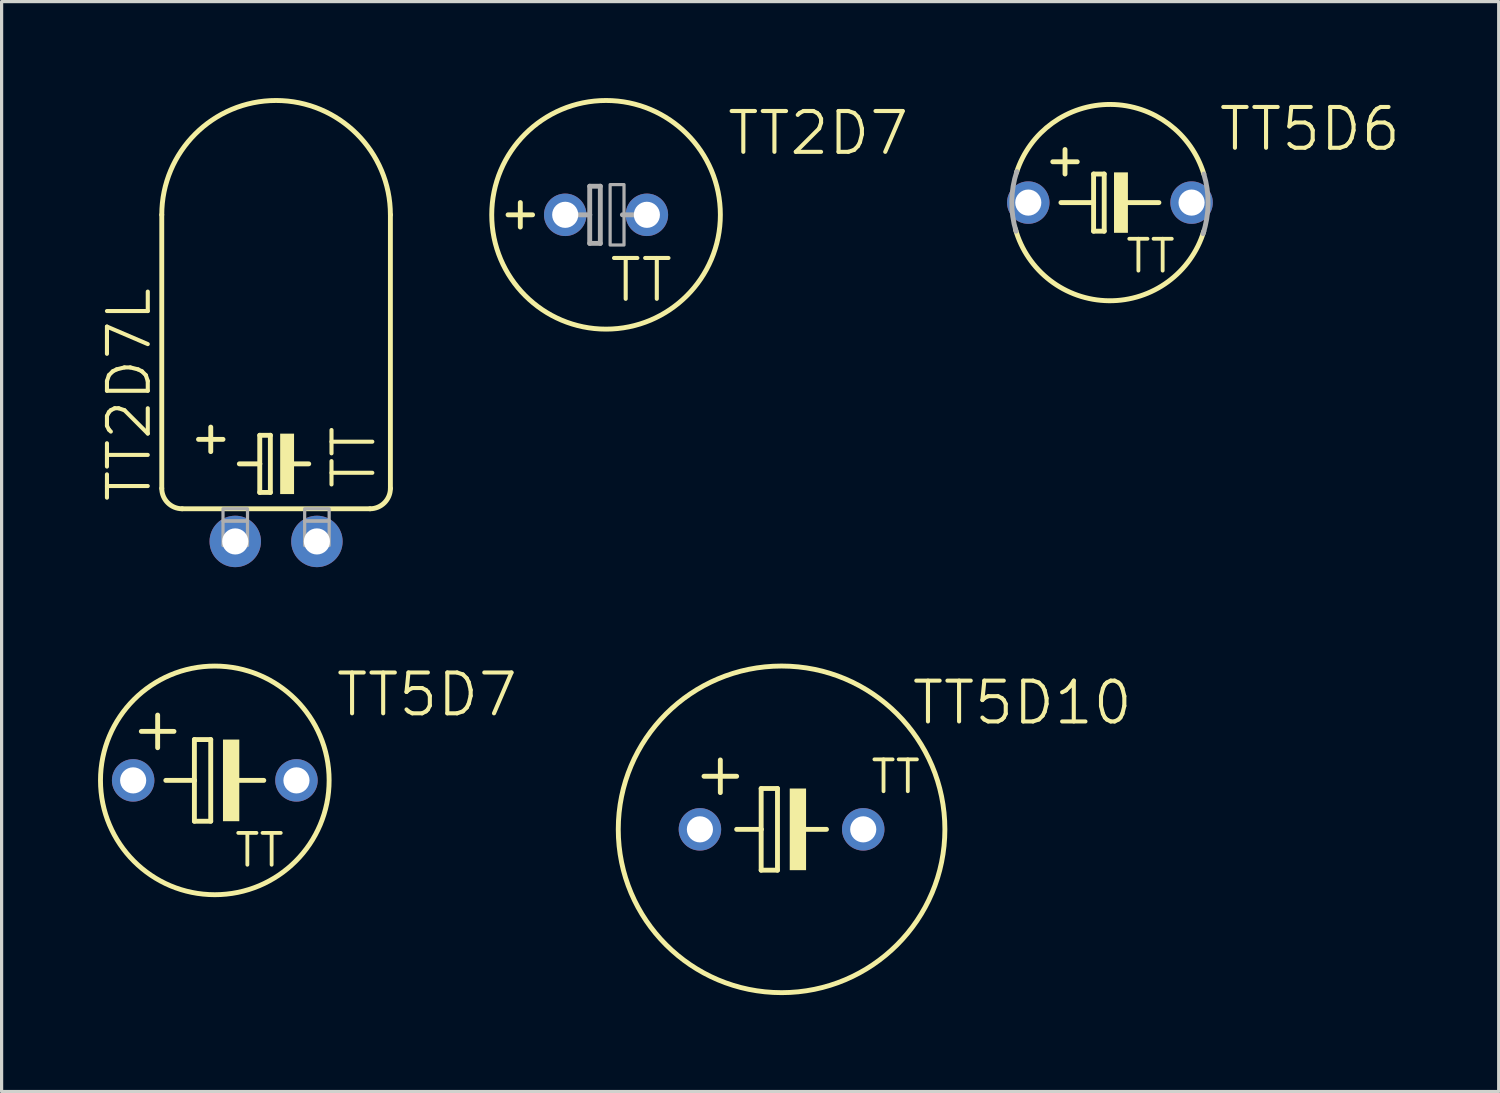
<source format=kicad_pcb>
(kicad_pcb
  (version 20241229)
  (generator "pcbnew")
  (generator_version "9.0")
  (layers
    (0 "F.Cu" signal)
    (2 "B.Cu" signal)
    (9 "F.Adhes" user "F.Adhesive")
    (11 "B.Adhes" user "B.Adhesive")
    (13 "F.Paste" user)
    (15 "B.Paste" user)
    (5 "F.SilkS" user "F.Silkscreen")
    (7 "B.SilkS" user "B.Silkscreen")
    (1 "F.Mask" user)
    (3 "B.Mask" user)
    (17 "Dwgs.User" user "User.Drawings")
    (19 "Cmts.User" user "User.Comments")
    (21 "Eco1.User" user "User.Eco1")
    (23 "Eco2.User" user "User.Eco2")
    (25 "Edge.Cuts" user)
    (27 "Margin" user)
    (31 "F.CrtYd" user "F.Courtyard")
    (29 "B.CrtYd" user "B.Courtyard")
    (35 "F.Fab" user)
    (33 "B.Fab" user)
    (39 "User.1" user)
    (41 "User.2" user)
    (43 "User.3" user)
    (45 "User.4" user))
  (footprint "TT5D6"
    (layer "F.Cu")
    (at 31.476 3.252)
    (property "Reference" "TT5D6" (at 6.217 -2.286 0) (layer "F.SilkS") (effects (font (size 1.27 1.27) (thickness 0.127))))
    (attr through_hole)
    (fp_line (start -1.778 -1.27) (end -1.016 -1.27) (stroke (width 0.152) (type solid)) (layer "F.SilkS"))
    (fp_line (start -1.524 0) (end -0.508 0) (stroke (width 0.152) (type solid)) (layer "F.SilkS"))
    (fp_line (start -1.397 -1.651) (end -1.397 -0.889) (stroke (width 0.152) (type solid)) (layer "F.SilkS"))
    (fp_line (start -0.508 -0.889) (end -0.508 0) (stroke (width 0.152) (type solid)) (layer "F.SilkS"))
    (fp_line (start -0.508 0) (end -0.508 0.889) (stroke (width 0.152) (type solid)) (layer "F.SilkS"))
    (fp_line (start -0.508 0.889) (end -0.178 0.889) (stroke (width 0.152) (type solid)) (layer "F.SilkS"))
    (fp_line (start -0.178 -0.889) (end -0.508 -0.889) (stroke (width 0.152) (type solid)) (layer "F.SilkS"))
    (fp_line (start -0.178 0.889) (end -0.178 -0.889) (stroke (width 0.152) (type solid)) (layer "F.SilkS"))
    (fp_line (start 0.508 0) (end 1.524 0) (stroke (width 0.152) (type solid)) (layer "F.SilkS"))
    (fp_arc (start -2.908 -0.9307) (mid 0.021833 -3.053217) (end 2.921 -0.889001) (stroke (width 0.1524) (type solid)) (layer "F.SilkS"))
    (fp_arc (start 2.921099 0.889) (mid -0.034265 3.05318) (end -2.9403 0.8232) (stroke (width 0.1524) (type solid)) (layer "F.SilkS"))
    (fp_poly (pts (xy 0.127 -0.94) (xy 0.559 -0.94) (xy 0.559 0.94) (xy 0.127 0.94)) (stroke (width 0) (type solid)) (fill yes) (layer "F.SilkS"))
    (fp_arc (start -2.921 0.889) (mid -3.053016 -0.040147) (end -2.8966 -0.9655) (stroke (width 0.1524) (type solid)) (layer "F.Fab"))
    (fp_arc (start 2.921 -0.889) (mid 3.053016 0.040147) (end 2.8966 0.9655) (stroke (width 0.1524) (type solid)) (layer "F.Fab"))
    (fp_text user "TT" (at 1.263 1.664 0) (layer "F.SilkS") (effects (font (size 0.991 0.991) (thickness 0.119))))
    (pad "+" thru_hole circle (at -2.54 0) (size 1.321 1.321) (drill 0.813) (layers "*.Cu" "*.Mask"))
    (pad "-" thru_hole circle (at 2.54 0) (size 1.321 1.321) (drill 0.813) (layers "*.Cu" "*.Mask")))
  (footprint "TT5D10"
    (layer "F.Cu")
    (at 21.262 22.748)
    (property "Reference" "TT5D10" (at 7.487 -3.937 0) (layer "F.SilkS") (effects (font (size 1.27 1.27) (thickness 0.127))))
    (attr through_hole)
    (fp_line (start -2.413 -1.651) (end -1.397 -1.651) (stroke (width 0.152) (type solid)) (layer "F.SilkS"))
    (fp_line (start -1.905 -1.143) (end -1.905 -2.159) (stroke (width 0.152) (type solid)) (layer "F.SilkS"))
    (fp_line (start -1.397 0) (end -0.635 0) (stroke (width 0.152) (type solid)) (layer "F.SilkS"))
    (fp_line (start -0.635 -1.27) (end -0.635 0) (stroke (width 0.152) (type solid)) (layer "F.SilkS"))
    (fp_line (start -0.635 0) (end -0.635 1.27) (stroke (width 0.152) (type solid)) (layer "F.SilkS"))
    (fp_line (start -0.635 1.27) (end -0.127 1.27) (stroke (width 0.152) (type solid)) (layer "F.SilkS"))
    (fp_line (start -0.127 -1.27) (end -0.635 -1.27) (stroke (width 0.152) (type solid)) (layer "F.SilkS"))
    (fp_line (start -0.127 1.27) (end -0.127 -1.27) (stroke (width 0.152) (type solid)) (layer "F.SilkS"))
    (fp_line (start 0.635 0) (end 1.397 0) (stroke (width 0.152) (type solid)) (layer "F.SilkS"))
    (fp_circle (center 0 0) (end 5.08 0) (stroke (width 0.152) (type solid)) (fill no) (layer "F.SilkS"))
    (fp_poly (pts (xy 0.254 -1.27) (xy 0.762 -1.27) (xy 0.762 1.27) (xy 0.254 1.27)) (stroke (width 0) (type solid)) (fill yes) (layer "F.SilkS"))
    (fp_text user "TT" (at 3.549 -1.638 0) (layer "F.SilkS") (effects (font (size 0.991 0.991) (thickness 0.119))))
    (pad "+" thru_hole circle (at -2.54 0) (size 1.321 1.321) (drill 0.813) (layers "*.Cu" "*.Mask"))
    (pad "-" thru_hole circle (at 2.54 0) (size 1.321 1.321) (drill 0.813) (layers "*.Cu" "*.Mask")))
  (footprint "TT2D7"
    (layer "F.Cu")
    (at 15.802 3.632)
    (property "Reference" "TT2D7" (at 6.598 -2.54 0) (layer "F.SilkS") (effects (font (size 1.27 1.27) (thickness 0.127))))
    (attr through_hole)
    (fp_line (start -2.667 0.381) (end -2.667 -0.381) (stroke (width 0.152) (type solid)) (layer "F.SilkS"))
    (fp_line (start -2.286 0) (end -3.048 0) (stroke (width 0.152) (type solid)) (layer "F.SilkS"))
    (fp_circle (center 0 0) (end 3.556 0) (stroke (width 0.152) (type solid)) (fill no) (layer "F.SilkS"))
    (fp_line (start -1.016 0) (end -0.508 0) (stroke (width 0.152) (type solid)) (layer "F.Fab"))
    (fp_line (start -0.508 -0.889) (end -0.508 0) (stroke (width 0.152) (type solid)) (layer "F.Fab"))
    (fp_line (start -0.508 0) (end -0.508 0.889) (stroke (width 0.152) (type solid)) (layer "F.Fab"))
    (fp_line (start -0.508 0.889) (end -0.178 0.889) (stroke (width 0.152) (type solid)) (layer "F.Fab"))
    (fp_line (start -0.178 -0.889) (end -0.508 -0.889) (stroke (width 0.152) (type solid)) (layer "F.Fab"))
    (fp_line (start -0.178 0.889) (end -0.178 -0.889) (stroke (width 0.152) (type solid)) (layer "F.Fab"))
    (fp_line (start 0.508 0) (end 1.016 0) (stroke (width 0.152) (type solid)) (layer "F.Fab"))
    (fp_poly (pts (xy 0.127 -0.94) (xy 0.559 -0.94) (xy 0.559 0.94) (xy 0.127 0.94)) (stroke (width 0.1) (type solid)) (fill no) (layer "F.Fab"))
    (fp_text user "TT" (at 1.095 2.032 0) (layer "F.SilkS") (effects (font (size 1.27 1.27) (thickness 0.127))))
    (pad "+" thru_hole circle (at -1.27 0) (size 1.321 1.321) (drill 0.813) (layers "*.Cu" "*.Mask"))
    (pad "-" thru_hole circle (at 1.27 0) (size 1.321 1.321) (drill 0.813) (layers "*.Cu" "*.Mask")))
  (footprint "TT5D7"
    (layer "F.Cu")
    (at 3.632 21.225)
    (property "Reference" "TT5D7" (at 6.598 -2.667 0) (layer "F.SilkS") (effects (font (size 1.27 1.27) (thickness 0.127))))
    (attr through_hole)
    (fp_line (start -2.286 -1.524) (end -1.27 -1.524) (stroke (width 0.152) (type solid)) (layer "F.SilkS"))
    (fp_line (start -1.778 -1.016) (end -1.778 -2.032) (stroke (width 0.152) (type solid)) (layer "F.SilkS"))
    (fp_line (start -1.524 0) (end -0.635 0) (stroke (width 0.152) (type solid)) (layer "F.SilkS"))
    (fp_line (start -0.635 -1.27) (end -0.635 0) (stroke (width 0.152) (type solid)) (layer "F.SilkS"))
    (fp_line (start -0.635 0) (end -0.635 1.27) (stroke (width 0.152) (type solid)) (layer "F.SilkS"))
    (fp_line (start -0.635 1.27) (end -0.127 1.27) (stroke (width 0.152) (type solid)) (layer "F.SilkS"))
    (fp_line (start -0.127 -1.27) (end -0.635 -1.27) (stroke (width 0.152) (type solid)) (layer "F.SilkS"))
    (fp_line (start -0.127 1.27) (end -0.127 -1.27) (stroke (width 0.152) (type solid)) (layer "F.SilkS"))
    (fp_line (start 0.635 0) (end 1.524 0) (stroke (width 0.152) (type solid)) (layer "F.SilkS"))
    (fp_circle (center 0 0) (end 3.556 0) (stroke (width 0.152) (type solid)) (fill no) (layer "F.SilkS"))
    (fp_poly (pts (xy 0.254 -1.27) (xy 0.762 -1.27) (xy 0.762 1.27) (xy 0.254 1.27)) (stroke (width 0) (type solid)) (fill yes) (layer "F.SilkS"))
    (fp_text user "TT" (at 1.39 2.172 0) (layer "F.SilkS") (effects (font (size 0.991 0.991) (thickness 0.119))))
    (pad "+" thru_hole circle (at -2.54 0) (size 1.321 1.321) (drill 0.813) (layers "*.Cu" "*.Mask"))
    (pad "-" thru_hole circle (at 2.54 0) (size 1.321 1.321) (drill 0.813) (layers "*.Cu" "*.Mask")))
  (footprint "TT2D7L"
    (layer "F.Cu")
    (at 5.538 13.792)
    (property "Reference" "TT2D7L" (at -4.572 -4.566 90) (layer "F.SilkS") (effects (font (size 1.27 1.27) (thickness 0.127))))
    (attr through_hole)
    (fp_line (start -3.556 -10.16) (end -3.556 -1.651) (stroke (width 0.152) (type solid)) (layer "F.SilkS"))
    (fp_line (start -2.921 -1.016) (end 2.921 -1.016) (stroke (width 0.152) (type solid)) (layer "F.SilkS"))
    (fp_line (start -2.413 -3.175) (end -1.651 -3.175) (stroke (width 0.152) (type solid)) (layer "F.SilkS"))
    (fp_line (start -2.032 -2.794) (end -2.032 -3.556) (stroke (width 0.152) (type solid)) (layer "F.SilkS"))
    (fp_line (start -1.143 -2.413) (end -0.508 -2.413) (stroke (width 0.152) (type solid)) (layer "F.SilkS"))
    (fp_line (start -0.508 -3.302) (end -0.508 -2.413) (stroke (width 0.152) (type solid)) (layer "F.SilkS"))
    (fp_line (start -0.508 -2.413) (end -0.508 -1.524) (stroke (width 0.152) (type solid)) (layer "F.SilkS"))
    (fp_line (start -0.508 -1.524) (end -0.178 -1.524) (stroke (width 0.152) (type solid)) (layer "F.SilkS"))
    (fp_line (start -0.178 -3.302) (end -0.508 -3.302) (stroke (width 0.152) (type solid)) (layer "F.SilkS"))
    (fp_line (start -0.178 -1.524) (end -0.178 -3.302) (stroke (width 0.152) (type solid)) (layer "F.SilkS"))
    (fp_line (start 0.508 -2.413) (end 1.016 -2.413) (stroke (width 0.152) (type solid)) (layer "F.SilkS"))
    (fp_line (start 3.556 -10.16) (end 3.556 -1.651) (stroke (width 0.152) (type solid)) (layer "F.SilkS"))
    (fp_arc (start -3.556 -10.16) (mid 0 -13.716) (end 3.556 -10.16) (stroke (width 0.1524) (type solid)) (layer "F.SilkS"))
    (fp_arc (start -2.921 -1.016) (mid -3.370013 -1.201987) (end -3.556 -1.651) (stroke (width 0.1524) (type solid)) (layer "F.SilkS"))
    (fp_arc (start 3.556 -1.651) (mid 3.370013 -1.201987) (end 2.921 -1.016) (stroke (width 0.1524) (type solid)) (layer "F.SilkS"))
    (fp_poly (pts (xy 0.127 -3.353) (xy 0.559 -3.353) (xy 0.559 -1.473) (xy 0.127 -1.473)) (stroke (width 0) (type solid)) (fill yes) (layer "F.SilkS"))
    (fp_poly (pts (xy -1.651 -1.016) (xy -0.889 -1.016) (xy -0.889 -0.635) (xy -1.651 -0.635)) (stroke (width 0.1) (type solid)) (fill no) (layer "F.Fab"))
    (fp_poly (pts (xy -1.651 -0.635) (xy -0.889 -0.635) (xy -0.889 0.127) (xy -1.651 0.127)) (stroke (width 0.1) (type solid)) (fill no) (layer "F.Fab"))
    (fp_poly (pts (xy 0.889 -1.016) (xy 1.651 -1.016) (xy 1.651 -0.635) (xy 0.889 -0.635)) (stroke (width 0.1) (type solid)) (fill no) (layer "F.Fab"))
    (fp_poly (pts (xy 0.889 -0.635) (xy 1.651 -0.635) (xy 1.651 0.127) (xy 0.889 0.127)) (stroke (width 0.1) (type solid)) (fill no) (layer "F.Fab"))
    (fp_text user "TT" (at 2.413 -2.619 90) (layer "F.SilkS") (effects (font (size 1.27 1.27) (thickness 0.127))))
    (pad "+" thru_hole circle (at -1.27 0) (size 1.6 1.6) (drill 0.813) (layers "*.Cu" "*.Mask"))
    (pad "-" thru_hole circle (at 1.27 0) (size 1.6 1.6) (drill 0.813) (layers "*.Cu" "*.Mask")))
  (gr_rect
    (start -3 -3)
    (end 43.569 30.905)
    (stroke (width 0.1) (type default))
    (fill no)
    (layer "Edge.Cuts")))
</source>
